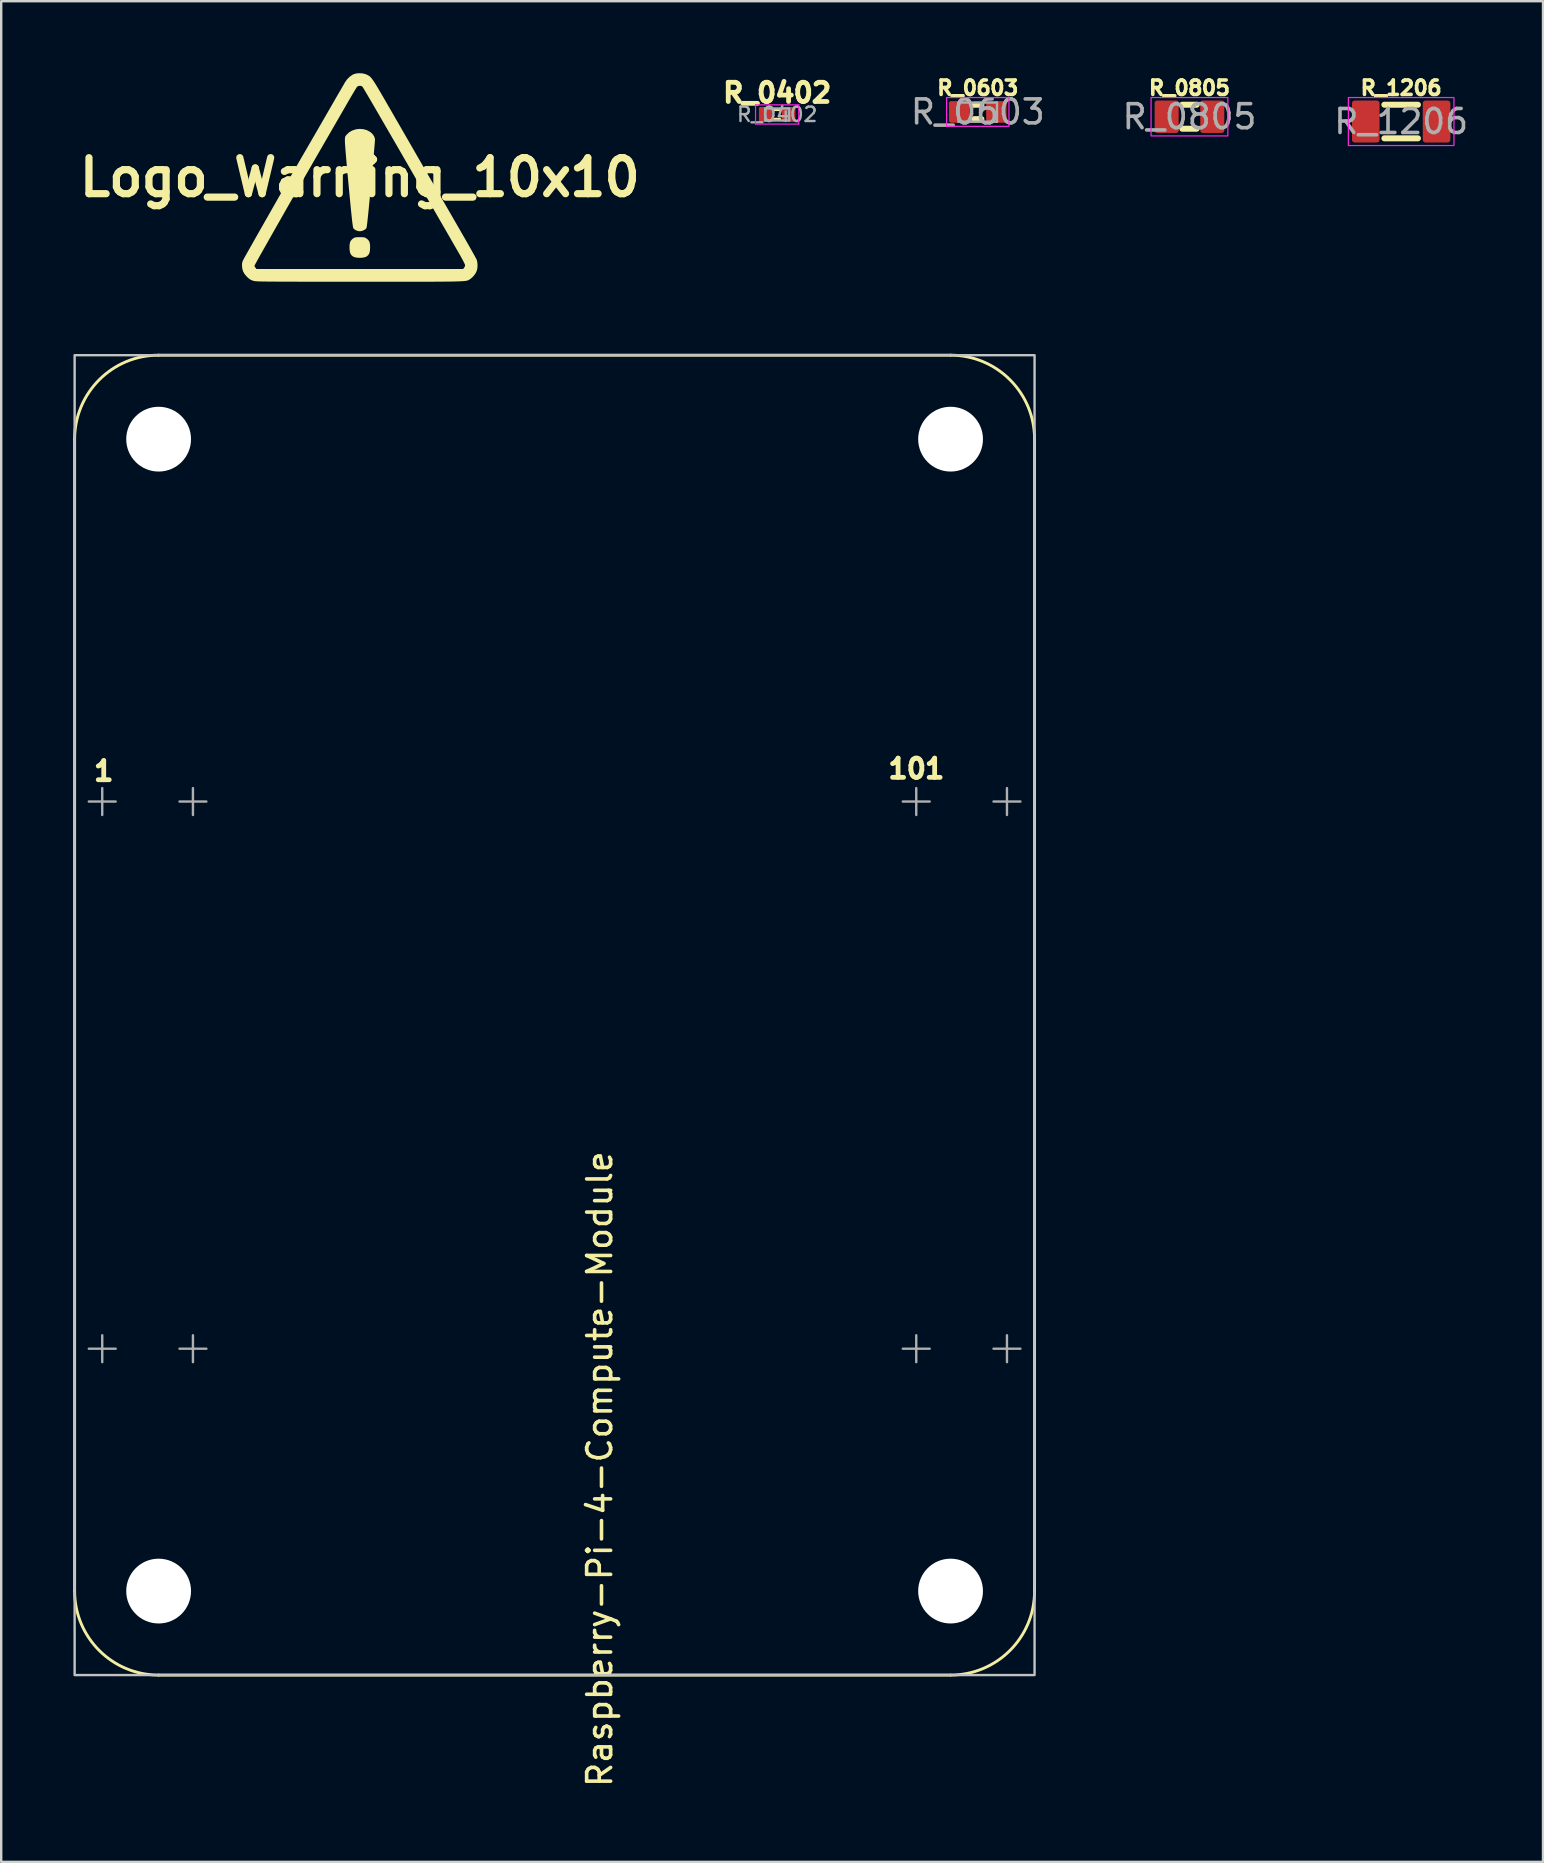
<source format=kicad_pcb>
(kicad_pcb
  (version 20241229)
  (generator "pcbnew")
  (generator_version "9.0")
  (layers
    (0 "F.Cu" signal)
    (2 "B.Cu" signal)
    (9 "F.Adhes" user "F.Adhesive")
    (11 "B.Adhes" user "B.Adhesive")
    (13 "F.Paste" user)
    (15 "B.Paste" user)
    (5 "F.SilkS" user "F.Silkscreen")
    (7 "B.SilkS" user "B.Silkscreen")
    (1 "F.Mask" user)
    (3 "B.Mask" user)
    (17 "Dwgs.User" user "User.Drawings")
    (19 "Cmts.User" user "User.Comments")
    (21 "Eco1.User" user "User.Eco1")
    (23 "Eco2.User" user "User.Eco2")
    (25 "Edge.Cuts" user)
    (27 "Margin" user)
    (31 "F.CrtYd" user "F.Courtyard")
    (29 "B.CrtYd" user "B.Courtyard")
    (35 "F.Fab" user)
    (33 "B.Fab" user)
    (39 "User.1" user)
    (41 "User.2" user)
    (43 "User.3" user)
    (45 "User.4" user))
  (footprint "R_0805"
    (layer "F.Cu")
    (at 46.515 1.814)
    (property "Reference" "R_0805" (at 0 -1.2 0) (unlocked yes) (layer "F.SilkS") (effects (font (size 0.6 0.6) (thickness 0.15) (bold yes))))
    (attr smd)
    (fp_line (start -0.3 -0.5) (end 0.3 -0.5) (stroke (width 0.25) (type default)) (layer "F.SilkS"))
    (fp_line (start -0.3 0.5) (end 0.3 0.5) (stroke (width 0.25) (type default)) (layer "F.SilkS"))
    (fp_rect (start -1.6 -0.8) (end 1.6 0.8) (stroke (width 0.05) (type default)) (fill no) (layer "F.CrtYd"))
    (fp_text user "${REFERENCE}" (at 0 0 0) (unlocked yes) (layer "F.Fab") (effects (font (size 1 1) (thickness 0.15))))
    (pad "1" smd roundrect (at -0.95 0) (size 1 1.35) (layers "F.Cu" "F.Mask" "F.Paste") (roundrect_rratio 0.1))
    (pad "2" smd roundrect (at 0.95 0) (size 1 1.35) (layers "F.Cu" "F.Mask" "F.Paste") (roundrect_rratio 0.1)))
  (footprint "R_1206"
    (layer "F.Cu")
    (at 55.336 2.014)
    (property "Reference" "R_1206" (at 0 -1.4 0) (unlocked yes) (layer "F.SilkS") (effects (font (size 0.6 0.6) (thickness 0.15) (bold yes))))
    (attr smd)
    (fp_line (start -0.7 -0.7) (end 0.7 -0.7) (stroke (width 0.25) (type default)) (layer "F.SilkS"))
    (fp_line (start -0.7 0.7) (end 0.7 0.7) (stroke (width 0.25) (type default)) (layer "F.SilkS"))
    (fp_rect (start -2.2 -1) (end 2.2 1) (stroke (width 0.05) (type default)) (fill no) (layer "F.CrtYd"))
    (fp_text user "${REFERENCE}" (at 0 0 0) (unlocked yes) (layer "F.Fab") (effects (font (size 1 1) (thickness 0.15))))
    (pad "1" smd roundrect (at -1.475 0) (size 1.15 1.75) (layers "F.Cu" "F.Mask" "F.Paste") (roundrect_rratio 0.1))
    (pad "2" smd roundrect (at 1.475 0) (size 1.15 1.75) (layers "F.Cu" "F.Mask" "F.Paste") (roundrect_rratio 0.1)))
  (footprint "R_0603"
    (layer "F.Cu")
    (at 37.694 1.614)
    (property "Reference" "R_0603" (at 0 -1 0) (unlocked yes) (layer "F.SilkS") (effects (font (size 0.6 0.6) (thickness 0.15) (bold yes))))
    (attr smd)
    (fp_line (start -0.15 -0.3) (end 0.15 -0.3) (stroke (width 0.25) (type default)) (layer "F.SilkS"))
    (fp_line (start -0.15 0.3) (end 0.15 0.3) (stroke (width 0.25) (type default)) (layer "F.SilkS"))
    (fp_rect (start -1.3 -0.6) (end 1.3 0.6) (stroke (width 0.05) (type default)) (fill no) (layer "F.CrtYd"))
    (fp_line (start -0.8 -0.39) (end 0.8 -0.39) (stroke (width 0.1) (type solid)) (layer "F.Fab"))
    (fp_line (start -0.8 0.41) (end -0.8 -0.39) (stroke (width 0.1) (type solid)) (layer "F.Fab"))
    (fp_line (start 0.8 -0.39) (end 0.8 0.41) (stroke (width 0.1) (type solid)) (layer "F.Fab"))
    (fp_line (start 0.8 0.41) (end -0.8 0.41) (stroke (width 0.1) (type solid)) (layer "F.Fab"))
    (fp_text user "${REFERENCE}" (at 0 0 0) (unlocked yes) (layer "F.Fab") (effects (font (size 1 1) (thickness 0.15))))
    (pad "1" smd roundrect (at -0.775 0) (size 0.85 0.9) (layers "F.Cu" "F.Mask" "F.Paste") (roundrect_rratio 0.1))
    (pad "2" smd roundrect (at 0.775 0) (size 0.85 0.9) (layers "F.Cu" "F.Mask" "F.Paste") (roundrect_rratio 0.1)))
  (footprint "Logo_Warning_10x10"
    (layer "F.Cu")
    (at 11.943 4.342)
    (property "Reference" "Logo_Warning_10x10" (at 0 0 0) (layer "F.SilkS") (effects (font (size 1.5 1.5) (thickness 0.3))))
    (attr board_only exclude_from_pos_files exclude_from_bom)
    (fp_poly (pts (xy 0.096 2.492) (xy 0.163 2.497) (xy 0.21 2.507) (xy 0.248 2.525) (xy 0.267 2.537) (xy 0.338 2.593) (xy 0.386 2.654) (xy 0.414 2.73) (xy 0.427 2.829) (xy 0.429 2.915) (xy 0.423 3.047) (xy 0.402 3.147) (xy 0.364 3.222) (xy 0.306 3.279) (xy 0.265 3.305) (xy 0.189 3.333) (xy 0.088 3.348) (xy -0.024 3.352) (xy -0.133 3.343) (xy -0.225 3.323) (xy -0.268 3.305) (xy -0.338 3.253) (xy -0.385 3.188) (xy -0.414 3.102) (xy -0.427 2.987) (xy -0.429 2.915) (xy -0.424 2.794) (xy -0.406 2.703) (xy -0.372 2.633) (xy -0.318 2.575) (xy -0.267 2.537) (xy -0.229 2.515) (xy -0.188 2.501) (xy -0.132 2.494) (xy -0.052 2.491) (xy 0 2.491)) (stroke (width 0) (type solid)) (fill yes) (layer "F.SilkS"))
    (fp_poly (pts (xy 0.147 -2.01) (xy 0.297 -1.968) (xy 0.434 -1.893) (xy 0.445 -1.885) (xy 0.541 -1.795) (xy 0.604 -1.696) (xy 0.632 -1.595) (xy 0.633 -1.574) (xy 0.631 -1.54) (xy 0.626 -1.468) (xy 0.617 -1.362) (xy 0.606 -1.225) (xy 0.591 -1.059) (xy 0.575 -0.869) (xy 0.556 -0.656) (xy 0.535 -0.425) (xy 0.512 -0.178) (xy 0.488 0.082) (xy 0.468 0.296) (xy 0.437 0.63) (xy 0.409 0.924) (xy 0.384 1.182) (xy 0.362 1.404) (xy 0.343 1.593) (xy 0.326 1.749) (xy 0.312 1.876) (xy 0.3 1.975) (xy 0.289 2.046) (xy 0.281 2.094) (xy 0.274 2.118) (xy 0.272 2.12) (xy 0.225 2.167) (xy 0.151 2.208) (xy 0.068 2.236) (xy 0 2.245) (xy -0.065 2.236) (xy -0.138 2.214) (xy -0.154 2.208) (xy -0.214 2.173) (xy -0.261 2.131) (xy -0.269 2.12) (xy -0.276 2.102) (xy -0.284 2.067) (xy -0.293 2.012) (xy -0.304 1.935) (xy -0.317 1.834) (xy -0.331 1.707) (xy -0.347 1.551) (xy -0.367 1.365) (xy -0.388 1.147) (xy -0.413 0.893) (xy -0.441 0.602) (xy -0.46 0.397) (xy -0.485 0.134) (xy -0.508 -0.121) (xy -0.53 -0.365) (xy -0.551 -0.595) (xy -0.569 -0.806) (xy -0.585 -0.996) (xy -0.599 -1.16) (xy -0.609 -1.296) (xy -0.616 -1.399) (xy -0.62 -1.467) (xy -0.621 -1.483) (xy -0.621 -1.578) (xy -0.619 -1.642) (xy -0.611 -1.686) (xy -0.596 -1.72) (xy -0.571 -1.754) (xy -0.56 -1.769) (xy -0.45 -1.875) (xy -0.316 -1.953) (xy -0.168 -2.002) (xy -0.011 -2.021)) (stroke (width 0) (type solid)) (fill yes) (layer "F.SilkS"))
    (fp_poly (pts (xy 0.117 -4.333) (xy 0.242 -4.302) (xy 0.286 -4.284) (xy 0.323 -4.265) (xy 0.357 -4.247) (xy 0.389 -4.227) (xy 0.42 -4.203) (xy 0.453 -4.172) (xy 0.488 -4.132) (xy 0.527 -4.08) (xy 0.573 -4.015) (xy 0.626 -3.934) (xy 0.688 -3.834) (xy 0.761 -3.713) (xy 0.846 -3.569) (xy 0.945 -3.399) (xy 1.06 -3.202) (xy 1.191 -2.973) (xy 1.342 -2.713) (xy 1.358 -2.685) (xy 1.433 -2.554) (xy 1.513 -2.414) (xy 1.593 -2.277) (xy 1.664 -2.154) (xy 1.705 -2.083) (xy 1.744 -2.015) (xy 1.801 -1.916) (xy 1.873 -1.791) (xy 1.958 -1.644) (xy 2.053 -1.479) (xy 2.155 -1.302) (xy 2.262 -1.116) (xy 2.371 -0.926) (xy 2.399 -0.878) (xy 2.511 -0.684) (xy 2.624 -0.488) (xy 2.734 -0.297) (xy 2.839 -0.115) (xy 2.936 0.052) (xy 3.022 0.2) (xy 3.093 0.324) (xy 3.148 0.418) (xy 3.154 0.429) (xy 3.209 0.524) (xy 3.262 0.614) (xy 3.314 0.704) (xy 3.367 0.797) (xy 3.424 0.894) (xy 3.485 1.001) (xy 3.554 1.119) (xy 3.631 1.252) (xy 3.718 1.404) (xy 3.818 1.576) (xy 3.932 1.774) (xy 4.062 2) (xy 4.21 2.256) (xy 4.267 2.356) (xy 4.375 2.543) (xy 4.477 2.722) (xy 4.572 2.889) (xy 4.657 3.04) (xy 4.731 3.173) (xy 4.792 3.282) (xy 4.837 3.366) (xy 4.865 3.42) (xy 4.874 3.438) (xy 4.898 3.544) (xy 4.906 3.669) (xy 4.897 3.794) (xy 4.874 3.89) (xy 4.818 4.006) (xy 4.734 4.118) (xy 4.635 4.211) (xy 4.599 4.236) (xy 4.58 4.249) (xy 4.563 4.261) (xy 4.546 4.271) (xy 4.528 4.281) (xy 4.507 4.29) (xy 4.482 4.298) (xy 4.45 4.306) (xy 4.41 4.312) (xy 4.361 4.318) (xy 4.301 4.323) (xy 4.227 4.328) (xy 4.14 4.332) (xy 4.036 4.335) (xy 3.914 4.338) (xy 3.773 4.341) (xy 3.611 4.343) (xy 3.426 4.344) (xy 3.217 4.346) (xy 2.981 4.347) (xy 2.718 4.347) (xy 2.426 4.348) (xy 2.102 4.348) (xy 1.746 4.348) (xy 1.355 4.348) (xy 0.929 4.348) (xy 0.465 4.348) (xy -0.01 4.348) (xy -0.504 4.348) (xy -0.958 4.347) (xy -1.375 4.347) (xy -1.756 4.347) (xy -2.104 4.347) (xy -2.418 4.347) (xy -2.702 4.346) (xy -2.956 4.346) (xy -3.184 4.345) (xy -3.385 4.344) (xy -3.562 4.343) (xy -3.717 4.342) (xy -3.851 4.341) (xy -3.966 4.339) (xy -4.064 4.338) (xy -4.146 4.336) (xy -4.214 4.334) (xy -4.269 4.331) (xy -4.314 4.328) (xy -4.349 4.325) (xy -4.378 4.322) (xy -4.4 4.318) (xy -4.419 4.314) (xy -4.435 4.31) (xy -4.45 4.305) (xy -4.526 4.277) (xy -4.589 4.241) (xy -4.653 4.189) (xy -4.707 4.138) (xy -4.806 4.022) (xy -4.869 3.905) (xy -4.902 3.774) (xy -4.906 3.689) (xy -4.39 3.689) (xy -4.378 3.719) (xy -4.35 3.761) (xy -4.348 3.764) (xy -4.305 3.818) (xy 0 3.818) (xy 4.305 3.818) (xy 4.348 3.764) (xy 4.377 3.712) (xy 4.39 3.661) (xy 4.38 3.63) (xy 4.352 3.569) (xy 4.31 3.484) (xy 4.255 3.382) (xy 4.192 3.267) (xy 4.159 3.21) (xy 4.063 3.043) (xy 3.951 2.849) (xy 3.826 2.632) (xy 3.691 2.397) (xy 3.548 2.149) (xy 3.4 1.893) (xy 3.251 1.634) (xy 3.103 1.377) (xy 2.959 1.127) (xy 2.821 0.889) (xy 2.694 0.668) (xy 2.578 0.468) (xy 2.478 0.295) (xy 2.414 0.184) (xy 2.318 0.019) (xy 2.217 -0.156) (xy 2.115 -0.332) (xy 2.018 -0.501) (xy 1.93 -0.654) (xy 1.856 -0.781) (xy 1.847 -0.796) (xy 1.765 -0.939) (xy 1.675 -1.095) (xy 1.584 -1.253) (xy 1.499 -1.4) (xy 1.429 -1.521) (xy 1.381 -1.604) (xy 1.315 -1.717) (xy 1.235 -1.856) (xy 1.142 -2.015) (xy 1.041 -2.19) (xy 0.933 -2.376) (xy 0.822 -2.569) (xy 0.71 -2.762) (xy 0.689 -2.797) (xy 0.584 -2.978) (xy 0.485 -3.149) (xy 0.392 -3.307) (xy 0.31 -3.448) (xy 0.238 -3.568) (xy 0.18 -3.665) (xy 0.138 -3.735) (xy 0.113 -3.775) (xy 0.107 -3.782) (xy 0.056 -3.812) (xy -0.011 -3.818) (xy -0.076 -3.801) (xy -0.116 -3.772) (xy -0.135 -3.745) (xy -0.172 -3.686) (xy -0.224 -3.6) (xy -0.289 -3.491) (xy -0.365 -3.363) (xy -0.448 -3.221) (xy -0.536 -3.068) (xy -0.551 -3.042) (xy -0.65 -2.87) (xy -0.753 -2.692) (xy -0.855 -2.514) (xy -0.953 -2.345) (xy -1.041 -2.192) (xy -1.117 -2.061) (xy -1.163 -1.981) (xy -1.363 -1.634) (xy -1.544 -1.32) (xy -1.709 -1.035) (xy -1.858 -0.777) (xy -1.993 -0.542) (xy -2.117 -0.327) (xy -2.231 -0.13) (xy -2.336 0.052) (xy -2.434 0.223) (xy -2.527 0.386) (xy -2.617 0.542) (xy -2.705 0.697) (xy -2.793 0.851) (xy -2.883 1.009) (xy -2.977 1.173) (xy -3.075 1.347) (xy -3.181 1.533) (xy -3.295 1.734) (xy -3.42 1.953) (xy -3.557 2.194) (xy -3.598 2.266) (xy -3.747 2.529) (xy -3.877 2.759) (xy -3.989 2.957) (xy -4.084 3.127) (xy -4.165 3.269) (xy -4.23 3.386) (xy -4.283 3.481) (xy -4.323 3.555) (xy -4.353 3.611) (xy -4.373 3.65) (xy -4.385 3.675) (xy -4.39 3.688) (xy -4.39 3.689) (xy -4.906 3.689) (xy -4.908 3.655) (xy -4.907 3.6) (xy -4.901 3.554) (xy -4.888 3.508) (xy -4.864 3.453) (xy -4.827 3.381) (xy -4.773 3.283) (xy -4.764 3.267) (xy -4.62 3.012) (xy -4.463 2.734) (xy -4.295 2.437) (xy -4.118 2.126) (xy -3.936 1.805) (xy -3.749 1.478) (xy -3.562 1.149) (xy -3.376 0.822) (xy -3.193 0.503) (xy -3.016 0.194) (xy -2.848 -0.101) (xy -2.69 -0.375) (xy -2.545 -0.627) (xy -2.416 -0.85) (xy -2.317 -1.021) (xy -2.215 -1.196) (xy -2.099 -1.397) (xy -1.971 -1.618) (xy -1.837 -1.849) (xy -1.7 -2.086) (xy -1.565 -2.32) (xy -1.436 -2.544) (xy -1.316 -2.752) (xy -1.21 -2.935) (xy -1.154 -3.032) (xy -1.075 -3.171) (xy -0.996 -3.307) (xy -0.923 -3.433) (xy -0.859 -3.544) (xy -0.807 -3.632) (xy -0.776 -3.685) (xy -0.724 -3.775) (xy -0.67 -3.868) (xy -0.625 -3.948) (xy -0.616 -3.964) (xy -0.53 -4.086) (xy -0.422 -4.194) (xy -0.304 -4.277) (xy -0.269 -4.295) (xy -0.154 -4.33) (xy -0.02 -4.342)) (stroke (width 0) (type solid)) (fill yes) (layer "F.SilkS")))
  (footprint "R_0402"
    (layer "F.Cu")
    (at 29.334 1.719)
    (property "Reference" "R_0402" (at 0 -0.9 0) (unlocked yes) (layer "F.SilkS") (effects (font (size 0.8 0.8) (thickness 0.2) (bold yes))))
    (attr smd)
    (fp_line (start -0.108 -0.2) (end 0.108 -0.2) (stroke (width 0.12) (type solid)) (layer "F.SilkS"))
    (fp_line (start -0.108 0.2) (end 0.108 0.2) (stroke (width 0.12) (type solid)) (layer "F.SilkS"))
    (fp_line (start -0.9 -0.4) (end 0.9 -0.4) (stroke (width 0.05) (type solid)) (layer "F.CrtYd"))
    (fp_line (start -0.9 0.4) (end -0.9 -0.4) (stroke (width 0.05) (type solid)) (layer "F.CrtYd"))
    (fp_line (start 0.9 -0.4) (end 0.9 0.4) (stroke (width 0.05) (type solid)) (layer "F.CrtYd"))
    (fp_line (start 0.9 0.4) (end -0.9 0.4) (stroke (width 0.05) (type solid)) (layer "F.CrtYd"))
    (fp_line (start -0.5 -0.25) (end 0.5 -0.25) (stroke (width 0.1) (type solid)) (layer "F.Fab"))
    (fp_line (start -0.5 0.25) (end -0.5 -0.25) (stroke (width 0.1) (type solid)) (layer "F.Fab"))
    (fp_line (start 0.5 -0.25) (end 0.5 0.25) (stroke (width 0.1) (type solid)) (layer "F.Fab"))
    (fp_line (start 0.5 0.25) (end -0.5 0.25) (stroke (width 0.1) (type solid)) (layer "F.Fab"))
    (fp_text user "${REFERENCE}" (at 0 0 0) (unlocked yes) (layer "F.Fab") (effects (font (size 0.6 0.6) (thickness 0.1))))
    (pad "1" smd roundrect (at -0.48 0) (size 0.56 0.62) (layers "F.Cu" "F.Mask" "F.Paste") (roundrect_rratio 0.1))
    (pad "2" smd roundrect (at 0.48 0) (size 0.56 0.62) (layers "F.Cu" "F.Mask" "F.Paste") (roundrect_rratio 0.1)))
  (footprint "Raspberry-Pi-4-Compute-Module"
    (layer "F.Cu")
    (at 3.56 63.25)
    (property "Reference" "Raspberry-Pi-4-Compute-Module" (at 18.38 -5.08 270) (layer "F.SilkS") (effects (font (size 1 1) (thickness 0.15))))
    (attr smd)
    (fp_line (start -3.5 -48) (end -3.5 0) (stroke (width 0.12) (type solid)) (layer "F.SilkS"))
    (fp_line (start 0 3.5) (end 33 3.5) (stroke (width 0.12) (type solid)) (layer "F.SilkS"))
    (fp_line (start 33 -51.5) (end 0 -51.5) (stroke (width 0.12) (type solid)) (layer "F.SilkS"))
    (fp_line (start 36.5 0) (end 36.5 -48) (stroke (width 0.12) (type solid)) (layer "F.SilkS"))
    (fp_arc (start -3.5 -48) (mid -2.474874 -50.474874) (end 0 -51.5) (stroke (width 0.12) (type solid)) (layer "F.SilkS"))
    (fp_arc (start 0 3.5) (mid -2.474874 2.474874) (end -3.5 0) (stroke (width 0.12) (type solid)) (layer "F.SilkS"))
    (fp_arc (start 33 -51.5) (mid 35.474874 -50.474874) (end 36.5 -48) (stroke (width 0.12) (type solid)) (layer "F.SilkS"))
    (fp_arc (start 36.5 0) (mid 35.474874 2.474874) (end 33 3.5) (stroke (width 0.12) (type solid)) (layer "F.SilkS"))
    (fp_rect (start -3.5 -51.5) (end 36.5 3.5) (stroke (width 0.1) (type default)) (fill no) (layer "Dwgs.User"))
    (fp_line (start -2.91 -32.9) (end -1.79 -32.9) (stroke (width 0.1) (type default)) (layer "F.Fab"))
    (fp_line (start -2.91 -10.1) (end -1.79 -10.1) (stroke (width 0.1) (type default)) (layer "F.Fab"))
    (fp_line (start -2.35 -33.46) (end -2.35 -32.34) (stroke (width 0.1) (type default)) (layer "F.Fab"))
    (fp_line (start -2.35 -10.66) (end -2.35 -9.54) (stroke (width 0.1) (type default)) (layer "F.Fab"))
    (fp_line (start 0.87 -32.9) (end 1.99 -32.9) (stroke (width 0.1) (type default)) (layer "F.Fab"))
    (fp_line (start 0.87 -10.1) (end 1.99 -10.1) (stroke (width 0.1) (type default)) (layer "F.Fab"))
    (fp_line (start 1.43 -33.46) (end 1.43 -32.34) (stroke (width 0.1) (type default)) (layer "F.Fab"))
    (fp_line (start 1.43 -10.66) (end 1.43 -9.54) (stroke (width 0.1) (type default)) (layer "F.Fab"))
    (fp_line (start 31.01 -32.9) (end 32.13 -32.9) (stroke (width 0.1) (type default)) (layer "F.Fab"))
    (fp_line (start 31.01 -10.1) (end 32.13 -10.1) (stroke (width 0.1) (type default)) (layer "F.Fab"))
    (fp_line (start 31.57 -33.46) (end 31.57 -32.34) (stroke (width 0.1) (type default)) (layer "F.Fab"))
    (fp_line (start 31.57 -10.66) (end 31.57 -9.54) (stroke (width 0.1) (type default)) (layer "F.Fab"))
    (fp_line (start 34.79 -32.9) (end 35.91 -32.9) (stroke (width 0.1) (type default)) (layer "F.Fab"))
    (fp_line (start 34.79 -10.1) (end 35.91 -10.1) (stroke (width 0.1) (type default)) (layer "F.Fab"))
    (fp_line (start 35.35 -33.46) (end 35.35 -32.34) (stroke (width 0.1) (type default)) (layer "F.Fab"))
    (fp_line (start 35.35 -10.66) (end 35.35 -9.54) (stroke (width 0.1) (type default)) (layer "F.Fab"))
    (fp_text user "1" (at -2.8 -33.7 0) (unlocked yes) (layer "F.SilkS") (effects (font (size 0.8 0.8) (thickness 0.2) (bold yes)) (justify left bottom)))
    (fp_text user "101" (at 30.3 -33.8 0) (unlocked yes) (layer "F.SilkS") (effects (font (size 0.8 0.8) (thickness 0.2) (bold yes)) (justify left bottom)))
    (pad "" np_thru_hole circle (at 0 -48) (size 2.7 2.7) (drill 2.7) (layers "*.Cu" "*.Mask"))
    (pad "" np_thru_hole circle (at 0 0) (size 2.7 2.7) (drill 2.7) (layers "*.Cu" "*.Mask"))
    (pad "" np_thru_hole circle (at 33 -48) (size 2.7 2.7) (drill 2.7) (layers "*.Cu" "*.Mask"))
    (pad "" np_thru_hole circle (at 33 0) (size 2.7 2.7) (drill 2.7) (layers "*.Cu" "*.Mask")))
  (gr_rect
    (start -3 -3)
    (end 61.247 74.533)
    (stroke (width 0.1) (type default))
    (fill no)
    (layer "Edge.Cuts")))
</source>
